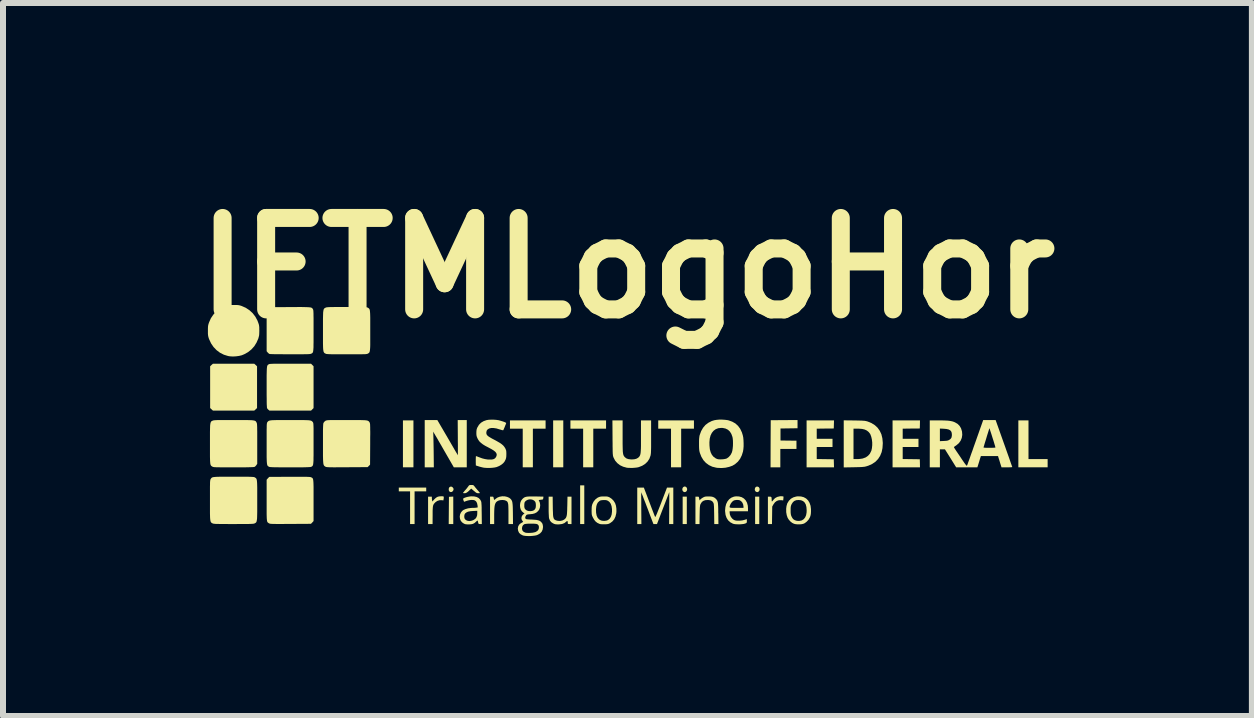
<source format=kicad_pcb>
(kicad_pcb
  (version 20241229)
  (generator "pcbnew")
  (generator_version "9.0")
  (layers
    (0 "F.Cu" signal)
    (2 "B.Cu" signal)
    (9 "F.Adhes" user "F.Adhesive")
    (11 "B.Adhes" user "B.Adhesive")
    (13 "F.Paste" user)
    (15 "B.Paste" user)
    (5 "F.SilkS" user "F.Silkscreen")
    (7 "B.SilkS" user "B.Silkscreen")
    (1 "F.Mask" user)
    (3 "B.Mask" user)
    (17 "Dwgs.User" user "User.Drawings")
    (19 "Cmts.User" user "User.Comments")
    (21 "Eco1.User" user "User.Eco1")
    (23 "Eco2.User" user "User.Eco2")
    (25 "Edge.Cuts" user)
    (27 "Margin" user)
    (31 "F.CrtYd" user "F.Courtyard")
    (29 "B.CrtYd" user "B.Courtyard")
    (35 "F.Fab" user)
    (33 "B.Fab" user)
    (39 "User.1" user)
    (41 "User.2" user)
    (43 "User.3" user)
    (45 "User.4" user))
  (footprint "IFTMLogoHor"
    (layer "F.Cu")
    (at 7.41 3.958)
    (property "Reference" "IFTMLogoHor" (at 0 -2.54 0) (layer "F.SilkS") (effects (font (size 1.524 1.524) (thickness 0.3))))
    (attr board_only exclude_from_pos_files exclude_from_bom)
    (fp_poly (pts (xy -3.568 0.782) (xy -3.743 0.782) (xy -3.743 0) (xy -3.568 0)) (stroke (width 0) (type solid)) (fill yes) (layer "F.SilkS"))
    (fp_poly (pts (xy -1.07 0.782) (xy -1.239 0.782) (xy -1.239 0) (xy -1.07 0)) (stroke (width 0) (type solid)) (fill yes) (layer "F.SilkS"))
    (fp_poly (pts (xy -0.72 1.728) (xy -0.789 1.728) (xy -0.789 1.083) (xy -0.72 1.083)) (stroke (width 0) (type solid)) (fill yes) (layer "F.SilkS"))
    (fp_poly (pts (xy 0.989 1.728) (xy 0.92 1.728) (xy 0.92 1.271) (xy 0.989 1.271)) (stroke (width 0) (type solid)) (fill yes) (layer "F.SilkS"))
    (fp_poly (pts (xy 2.197 1.728) (xy 2.128 1.728) (xy 2.128 1.271) (xy 2.197 1.271)) (stroke (width 0) (type solid)) (fill yes) (layer "F.SilkS"))
    (fp_poly (pts (xy -2.904 1.728) (xy -2.98 1.728) (xy -2.978 1.501) (xy -2.976 1.274) (xy -2.94 1.272) (xy -2.904 1.27)) (stroke (width 0) (type solid)) (fill yes) (layer "F.SilkS"))
    (fp_poly (pts (xy 6.685 0.645) (xy 7.004 0.645) (xy 7.004 0.782) (xy 6.516 0.782) (xy 6.516 0) (xy 6.685 0)) (stroke (width 0) (type solid)) (fill yes) (layer "F.SilkS"))
    (fp_poly (pts (xy -3.355 1.183) (xy -3.549 1.183) (xy -3.549 1.728) (xy -3.624 1.728) (xy -3.624 1.183) (xy -3.812 1.183) (xy -3.812 1.12) (xy -3.355 1.12)) (stroke (width 0) (type solid)) (fill yes) (layer "F.SilkS"))
    (fp_poly (pts (xy -1.365 0.138) (xy -1.577 0.138) (xy -1.577 0.782) (xy -1.746 0.782) (xy -1.746 0.138) (xy -1.959 0.138) (xy -1.959 0) (xy -1.365 0)) (stroke (width 0) (type solid)) (fill yes) (layer "F.SilkS"))
    (fp_poly (pts (xy -0.357 0.138) (xy -0.57 0.138) (xy -0.57 0.782) (xy -0.739 0.782) (xy -0.739 0.138) (xy -0.951 0.138) (xy -0.951 0) (xy -0.357 0)) (stroke (width 0) (type solid)) (fill yes) (layer "F.SilkS"))
    (fp_poly (pts (xy 1.108 0.138) (xy 0.895 0.138) (xy 0.895 0.782) (xy 0.726 0.782) (xy 0.726 0.138) (xy 0.513 0.138) (xy 0.513 0) (xy 1.108 0)) (stroke (width 0) (type solid)) (fill yes) (layer "F.SilkS"))
    (fp_poly (pts (xy -6.198 -0.924) (xy -6.175 -0.902) (xy -6.175 -0.206) (xy -6.198 -0.184) (xy -6.222 -0.163) (xy -6.91 -0.163) (xy -6.957 -0.206) (xy -6.957 -0.902) (xy -6.934 -0.924) (xy -6.91 -0.945) (xy -6.222 -0.945)) (stroke (width 0) (type solid)) (fill yes) (layer "F.SilkS"))
    (fp_poly (pts (xy 2.835 0.131) (xy 2.693 0.133) (xy 2.551 0.135) (xy 2.551 0.335) (xy 2.684 0.337) (xy 2.817 0.338) (xy 2.817 0.476) (xy 2.548 0.476) (xy 2.548 0.782) (xy 2.385 0.782) (xy 2.386 0.39) (xy 2.388 -0.003) (xy 2.835 -0.006)) (stroke (width 0) (type solid)) (fill yes) (layer "F.SilkS"))
    (fp_poly (pts (xy -2.928 1.106) (xy -2.913 1.117) (xy -2.9 1.137) (xy -2.9 1.158) (xy -2.911 1.179) (xy -2.928 1.192) (xy -2.947 1.195) (xy -2.965 1.188) (xy -2.969 1.184) (xy -2.978 1.167) (xy -2.98 1.146) (xy -2.976 1.126) (xy -2.966 1.112) (xy -2.965 1.111) (xy -2.946 1.103)) (stroke (width 0) (type solid)) (fill yes) (layer "F.SilkS"))
    (fp_poly (pts (xy 2.175 1.105) (xy 2.19 1.114) (xy 2.201 1.132) (xy 2.203 1.152) (xy 2.198 1.172) (xy 2.186 1.187) (xy 2.168 1.195) (xy 2.163 1.196) (xy 2.146 1.191) (xy 2.134 1.183) (xy 2.124 1.165) (xy 2.122 1.149) (xy 2.127 1.126) (xy 2.139 1.11) (xy 2.156 1.103)) (stroke (width 0) (type solid)) (fill yes) (layer "F.SilkS"))
    (fp_poly (pts (xy 3.441 0.067) (xy 3.439 0.135) (xy 3.297 0.136) (xy 3.155 0.138) (xy 3.155 0.307) (xy 3.418 0.307) (xy 3.418 0.444) (xy 3.155 0.444) (xy 3.155 0.644) (xy 3.439 0.648) (xy 3.441 0.715) (xy 3.443 0.782) (xy 2.986 0.782) (xy 2.986 0) (xy 3.443 0)) (stroke (width 0) (type solid)) (fill yes) (layer "F.SilkS"))
    (fp_poly (pts (xy 0.974 1.107) (xy 0.988 1.122) (xy 0.995 1.144) (xy 0.995 1.149) (xy 0.99 1.171) (xy 0.977 1.188) (xy 0.959 1.195) (xy 0.955 1.196) (xy 0.938 1.191) (xy 0.926 1.183) (xy 0.916 1.165) (xy 0.914 1.145) (xy 0.92 1.125) (xy 0.932 1.11) (xy 0.95 1.102) (xy 0.955 1.102)) (stroke (width 0) (type solid)) (fill yes) (layer "F.SilkS"))
    (fp_poly (pts (xy 4.875 0.067) (xy 4.873 0.135) (xy 4.73 0.136) (xy 4.588 0.138) (xy 4.588 0.307) (xy 4.851 0.307) (xy 4.851 0.444) (xy 4.588 0.444) (xy 4.588 0.644) (xy 4.73 0.646) (xy 4.873 0.648) (xy 4.875 0.715) (xy 4.876 0.782) (xy 4.419 0.782) (xy 4.419 0) (xy 4.876 0)) (stroke (width 0) (type solid)) (fill yes) (layer "F.SilkS"))
    (fp_poly (pts (xy 2.578 1.265) (xy 2.594 1.267) (xy 2.6 1.269) (xy 2.601 1.278) (xy 2.6 1.294) (xy 2.599 1.304) (xy 2.596 1.334) (xy 2.566 1.33) (xy 2.526 1.33) (xy 2.49 1.342) (xy 2.459 1.365) (xy 2.433 1.4) (xy 2.432 1.403) (xy 2.413 1.436) (xy 2.409 1.728) (xy 2.341 1.728) (xy 2.341 1.271) (xy 2.368 1.271) (xy 2.386 1.272) (xy 2.396 1.277) (xy 2.402 1.288) (xy 2.403 1.309) (xy 2.404 1.321) (xy 2.404 1.339) (xy 2.407 1.35) (xy 2.408 1.352) (xy 2.414 1.347) (xy 2.425 1.335) (xy 2.432 1.325) (xy 2.46 1.296) (xy 2.496 1.276) (xy 2.537 1.266) (xy 2.557 1.264)) (stroke (width 0) (type solid)) (fill yes) (layer "F.SilkS"))
    (fp_poly (pts (xy -3.084 1.265) (xy -3.069 1.267) (xy -3.064 1.271) (xy -3.062 1.28) (xy -3.063 1.297) (xy -3.064 1.306) (xy -3.069 1.334) (xy -3.096 1.33) (xy -3.134 1.331) (xy -3.171 1.343) (xy -3.2 1.363) (xy -3.214 1.377) (xy -3.225 1.39) (xy -3.234 1.404) (xy -3.24 1.42) (xy -3.244 1.442) (xy -3.246 1.469) (xy -3.248 1.505) (xy -3.248 1.551) (xy -3.248 1.582) (xy -3.249 1.728) (xy -3.324 1.728) (xy -3.324 1.271) (xy -3.261 1.271) (xy -3.261 1.292) (xy -3.26 1.313) (xy -3.257 1.332) (xy -3.253 1.352) (xy -3.224 1.32) (xy -3.205 1.301) (xy -3.185 1.285) (xy -3.17 1.276) (xy -3.152 1.27) (xy -3.13 1.266) (xy -3.106 1.265)) (stroke (width 0) (type solid)) (fill yes) (layer "F.SilkS"))
    (fp_poly (pts (xy -2.583 1.077) (xy -2.57 1.08) (xy -2.56 1.088) (xy -2.55 1.1) (xy -2.538 1.116) (xy -2.52 1.137) (xy -2.501 1.16) (xy -2.496 1.165) (xy -2.48 1.184) (xy -2.467 1.199) (xy -2.461 1.209) (xy -2.46 1.21) (xy -2.465 1.213) (xy -2.48 1.214) (xy -2.487 1.214) (xy -2.501 1.213) (xy -2.513 1.21) (xy -2.527 1.202) (xy -2.545 1.187) (xy -2.559 1.176) (xy -2.605 1.137) (xy -2.631 1.162) (xy -2.656 1.186) (xy -2.676 1.201) (xy -2.693 1.21) (xy -2.708 1.214) (xy -2.717 1.214) (xy -2.733 1.213) (xy -2.741 1.21) (xy -2.742 1.209) (xy -2.738 1.203) (xy -2.727 1.19) (xy -2.712 1.171) (xy -2.7 1.158) (xy -2.681 1.136) (xy -2.665 1.115) (xy -2.653 1.099) (xy -2.649 1.094) (xy -2.642 1.084) (xy -2.633 1.079) (xy -2.618 1.077) (xy -2.603 1.077)) (stroke (width 0) (type solid)) (fill yes) (layer "F.SilkS"))
    (fp_poly (pts (xy -5.254 -0.924) (xy -5.233 -0.903) (xy -5.233 -0.205) (xy -5.275 -0.163) (xy -5.968 -0.163) (xy -5.985 -0.177) (xy -5.999 -0.191) (xy -6.008 -0.204) (xy -6.008 -0.205) (xy -6.01 -0.213) (xy -6.011 -0.233) (xy -6.013 -0.263) (xy -6.014 -0.305) (xy -6.014 -0.358) (xy -6.015 -0.423) (xy -6.015 -0.5) (xy -6.015 -0.554) (xy -6.015 -0.63) (xy -6.015 -0.694) (xy -6.015 -0.748) (xy -6.014 -0.793) (xy -6.013 -0.829) (xy -6.012 -0.857) (xy -6.01 -0.879) (xy -6.008 -0.896) (xy -6.005 -0.908) (xy -6.001 -0.917) (xy -5.996 -0.924) (xy -5.99 -0.929) (xy -5.983 -0.933) (xy -5.981 -0.935) (xy -5.977 -0.937) (xy -5.97 -0.939) (xy -5.961 -0.941) (xy -5.947 -0.942) (xy -5.929 -0.943) (xy -5.904 -0.944) (xy -5.873 -0.944) (xy -5.833 -0.945) (xy -5.784 -0.945) (xy -5.725 -0.945) (xy -5.655 -0.945) (xy -5.62 -0.945) (xy -5.275 -0.945)) (stroke (width 0) (type solid)) (fill yes) (layer "F.SilkS"))
    (fp_poly (pts (xy -2.998 0.288) (xy -2.966 0.343) (xy -2.936 0.395) (xy -2.908 0.443) (xy -2.884 0.485) (xy -2.863 0.521) (xy -2.846 0.549) (xy -2.834 0.569) (xy -2.828 0.58) (xy -2.827 0.582) (xy -2.827 0.576) (xy -2.827 0.559) (xy -2.827 0.531) (xy -2.827 0.495) (xy -2.827 0.451) (xy -2.827 0.401) (xy -2.828 0.345) (xy -2.828 0.288) (xy -2.83 -0.006) (xy -2.679 -0.006) (xy -2.679 0.782) (xy -2.895 0.782) (xy -3.061 0.494) (xy -3.093 0.438) (xy -3.123 0.386) (xy -3.151 0.338) (xy -3.175 0.295) (xy -3.197 0.259) (xy -3.214 0.229) (xy -3.227 0.208) (xy -3.234 0.197) (xy -3.235 0.195) (xy -3.241 0.188) (xy -3.24 0.193) (xy -3.239 0.197) (xy -3.238 0.206) (xy -3.237 0.226) (xy -3.236 0.256) (xy -3.235 0.294) (xy -3.234 0.34) (xy -3.233 0.391) (xy -3.232 0.447) (xy -3.231 0.496) (xy -3.228 0.782) (xy -3.38 0.782) (xy -3.38 -0.006) (xy -3.17 -0.006)) (stroke (width 0) (type solid)) (fill yes) (layer "F.SilkS"))
    (fp_poly (pts (xy -2.046 1.266) (xy -2.006 1.275) (xy -1.972 1.29) (xy -1.948 1.309) (xy -1.939 1.32) (xy -1.931 1.332) (xy -1.925 1.345) (xy -1.92 1.361) (xy -1.917 1.382) (xy -1.914 1.409) (xy -1.912 1.444) (xy -1.911 1.488) (xy -1.91 1.543) (xy -1.91 1.551) (xy -1.908 1.728) (xy -1.984 1.728) (xy -1.984 1.561) (xy -1.984 1.506) (xy -1.985 1.462) (xy -1.986 1.427) (xy -1.988 1.4) (xy -1.992 1.381) (xy -1.997 1.366) (xy -2.003 1.355) (xy -2.012 1.347) (xy -2.023 1.34) (xy -2.023 1.34) (xy -2.047 1.331) (xy -2.078 1.327) (xy -2.111 1.328) (xy -2.141 1.334) (xy -2.156 1.34) (xy -2.174 1.35) (xy -2.189 1.363) (xy -2.2 1.38) (xy -2.209 1.402) (xy -2.215 1.43) (xy -2.219 1.467) (xy -2.221 1.512) (xy -2.222 1.568) (xy -2.222 1.591) (xy -2.222 1.728) (xy -2.291 1.728) (xy -2.291 1.271) (xy -2.263 1.271) (xy -2.246 1.271) (xy -2.237 1.275) (xy -2.233 1.285) (xy -2.231 1.291) (xy -2.227 1.313) (xy -2.222 1.323) (xy -2.216 1.324) (xy -2.205 1.315) (xy -2.197 1.307) (xy -2.166 1.286) (xy -2.129 1.272) (xy -2.088 1.265)) (stroke (width 0) (type solid)) (fill yes) (layer "F.SilkS"))
    (fp_poly (pts (xy -1.245 1.438) (xy -1.244 1.494) (xy -1.242 1.54) (xy -1.241 1.575) (xy -1.238 1.603) (xy -1.233 1.623) (xy -1.228 1.638) (xy -1.22 1.649) (xy -1.21 1.657) (xy -1.197 1.664) (xy -1.193 1.666) (xy -1.159 1.675) (xy -1.122 1.676) (xy -1.087 1.669) (xy -1.056 1.654) (xy -1.043 1.643) (xy -1.032 1.632) (xy -1.024 1.62) (xy -1.018 1.605) (xy -1.013 1.587) (xy -1.009 1.563) (xy -1.007 1.532) (xy -1.005 1.493) (xy -1.004 1.443) (xy -1.003 1.422) (xy -1 1.271) (xy -0.933 1.271) (xy -0.933 1.728) (xy -0.964 1.728) (xy -0.982 1.727) (xy -0.992 1.725) (xy -0.995 1.718) (xy -0.995 1.707) (xy -0.997 1.686) (xy -1.003 1.677) (xy -1.012 1.68) (xy -1.021 1.688) (xy -1.051 1.712) (xy -1.09 1.727) (xy -1.137 1.733) (xy -1.152 1.734) (xy -1.181 1.733) (xy -1.202 1.731) (xy -1.22 1.726) (xy -1.239 1.717) (xy -1.24 1.717) (xy -1.271 1.696) (xy -1.292 1.67) (xy -1.306 1.636) (xy -1.308 1.627) (xy -1.31 1.611) (xy -1.311 1.585) (xy -1.313 1.551) (xy -1.314 1.509) (xy -1.314 1.463) (xy -1.314 1.433) (xy -1.314 1.271) (xy -1.247 1.271)) (stroke (width 0) (type solid)) (fill yes) (layer "F.SilkS"))
    (fp_poly (pts (xy -5.4 0.94) (xy -5.366 0.94) (xy -5.338 0.941) (xy -5.317 0.942) (xy -5.301 0.943) (xy -5.289 0.944) (xy -5.281 0.946) (xy -5.275 0.948) (xy -5.273 0.949) (xy -5.264 0.953) (xy -5.257 0.957) (xy -5.251 0.962) (xy -5.246 0.969) (xy -5.242 0.979) (xy -5.239 0.993) (xy -5.237 1.012) (xy -5.235 1.037) (xy -5.234 1.069) (xy -5.233 1.109) (xy -5.233 1.157) (xy -5.233 1.216) (xy -5.233 1.285) (xy -5.233 1.336) (xy -5.233 1.678) (xy -5.254 1.701) (xy -5.276 1.724) (xy -5.616 1.726) (xy -5.69 1.726) (xy -5.752 1.727) (xy -5.804 1.727) (xy -5.847 1.727) (xy -5.881 1.726) (xy -5.908 1.726) (xy -5.929 1.725) (xy -5.944 1.724) (xy -5.955 1.723) (xy -5.964 1.721) (xy -5.969 1.719) (xy -5.974 1.716) (xy -5.975 1.716) (xy -5.984 1.711) (xy -5.991 1.706) (xy -5.997 1.701) (xy -6.002 1.694) (xy -6.006 1.685) (xy -6.009 1.672) (xy -6.011 1.654) (xy -6.013 1.631) (xy -6.014 1.601) (xy -6.015 1.564) (xy -6.015 1.518) (xy -6.015 1.462) (xy -6.015 1.395) (xy -6.015 1.332) (xy -6.015 0.989) (xy -5.994 0.965) (xy -5.972 0.942) (xy -5.634 0.94) (xy -5.559 0.94) (xy -5.496 0.94) (xy -5.443 0.94)) (stroke (width 0) (type solid)) (fill yes) (layer "F.SilkS"))
    (fp_poly (pts (xy 1.393 1.269) (xy 1.425 1.276) (xy 1.45 1.288) (xy 1.472 1.306) (xy 1.475 1.309) (xy 1.485 1.321) (xy 1.493 1.332) (xy 1.499 1.345) (xy 1.504 1.361) (xy 1.508 1.382) (xy 1.51 1.409) (xy 1.512 1.443) (xy 1.513 1.487) (xy 1.513 1.542) (xy 1.514 1.551) (xy 1.516 1.728) (xy 1.447 1.728) (xy 1.445 1.56) (xy 1.444 1.509) (xy 1.443 1.468) (xy 1.442 1.437) (xy 1.44 1.414) (xy 1.439 1.397) (xy 1.436 1.385) (xy 1.433 1.376) (xy 1.431 1.372) (xy 1.414 1.349) (xy 1.391 1.335) (xy 1.359 1.328) (xy 1.338 1.327) (xy 1.297 1.33) (xy 1.266 1.341) (xy 1.241 1.359) (xy 1.222 1.388) (xy 1.216 1.399) (xy 1.213 1.409) (xy 1.21 1.421) (xy 1.208 1.438) (xy 1.206 1.46) (xy 1.205 1.49) (xy 1.204 1.53) (xy 1.203 1.576) (xy 1.201 1.728) (xy 1.133 1.728) (xy 1.133 1.271) (xy 1.161 1.271) (xy 1.179 1.271) (xy 1.188 1.275) (xy 1.192 1.284) (xy 1.192 1.286) (xy 1.196 1.305) (xy 1.199 1.318) (xy 1.202 1.334) (xy 1.214 1.319) (xy 1.226 1.308) (xy 1.244 1.295) (xy 1.259 1.286) (xy 1.276 1.277) (xy 1.291 1.272) (xy 1.308 1.269) (xy 1.331 1.268) (xy 1.352 1.268)) (stroke (width 0) (type solid)) (fill yes) (layer "F.SilkS"))
    (fp_poly (pts (xy 3.782 0.001) (xy 3.835 0.002) (xy 3.876 0.003) (xy 3.909 0.004) (xy 3.935 0.006) (xy 3.954 0.007) (xy 3.97 0.01) (xy 3.984 0.013) (xy 3.998 0.017) (xy 4.003 0.018) (xy 4.068 0.045) (xy 4.124 0.08) (xy 4.17 0.123) (xy 4.206 0.174) (xy 4.233 0.232) (xy 4.249 0.298) (xy 4.256 0.372) (xy 4.256 0.384) (xy 4.251 0.461) (xy 4.237 0.529) (xy 4.212 0.59) (xy 4.178 0.643) (xy 4.135 0.688) (xy 4.081 0.725) (xy 4.018 0.754) (xy 3.987 0.764) (xy 3.972 0.768) (xy 3.956 0.772) (xy 3.939 0.774) (xy 3.918 0.776) (xy 3.892 0.778) (xy 3.858 0.779) (xy 3.815 0.78) (xy 3.773 0.781) (xy 3.605 0.784) (xy 3.605 0.645) (xy 3.768 0.645) (xy 3.826 0.645) (xy 3.858 0.644) (xy 3.891 0.64) (xy 3.917 0.636) (xy 3.922 0.635) (xy 3.971 0.617) (xy 4.01 0.59) (xy 4.041 0.555) (xy 4.063 0.51) (xy 4.066 0.504) (xy 4.075 0.463) (xy 4.08 0.415) (xy 4.08 0.366) (xy 4.074 0.317) (xy 4.064 0.273) (xy 4.05 0.235) (xy 4.044 0.223) (xy 4.019 0.192) (xy 3.99 0.169) (xy 3.954 0.152) (xy 3.91 0.142) (xy 3.857 0.138) (xy 3.839 0.138) (xy 3.768 0.138) (xy 3.768 0.645) (xy 3.605 0.645) (xy 3.605 -0.001)) (stroke (width 0) (type solid)) (fill yes) (layer "F.SilkS"))
    (fp_poly (pts (xy -6.53 -1.924) (xy -6.503 -1.923) (xy -6.482 -1.921) (xy -6.463 -1.917) (xy -6.443 -1.911) (xy -6.431 -1.907) (xy -6.363 -1.877) (xy -6.301 -1.836) (xy -6.248 -1.787) (xy -6.204 -1.73) (xy -6.169 -1.665) (xy -6.157 -1.634) (xy -6.149 -1.611) (xy -6.143 -1.591) (xy -6.14 -1.571) (xy -6.138 -1.548) (xy -6.138 -1.518) (xy -6.137 -1.499) (xy -6.138 -1.464) (xy -6.139 -1.437) (xy -6.141 -1.415) (xy -6.146 -1.395) (xy -6.152 -1.372) (xy -6.155 -1.362) (xy -6.184 -1.296) (xy -6.222 -1.235) (xy -6.27 -1.182) (xy -6.325 -1.138) (xy -6.388 -1.103) (xy -6.429 -1.086) (xy -6.474 -1.075) (xy -6.525 -1.068) (xy -6.577 -1.065) (xy -6.626 -1.068) (xy -6.657 -1.073) (xy -6.728 -1.095) (xy -6.793 -1.128) (xy -6.85 -1.171) (xy -6.9 -1.223) (xy -6.941 -1.283) (xy -6.973 -1.351) (xy -6.977 -1.361) (xy -6.984 -1.383) (xy -6.989 -1.403) (xy -6.992 -1.422) (xy -6.994 -1.446) (xy -6.994 -1.477) (xy -6.994 -1.496) (xy -6.994 -1.531) (xy -6.993 -1.558) (xy -6.991 -1.578) (xy -6.987 -1.597) (xy -6.981 -1.617) (xy -6.975 -1.634) (xy -6.945 -1.702) (xy -6.904 -1.763) (xy -6.854 -1.816) (xy -6.796 -1.861) (xy -6.731 -1.895) (xy -6.7 -1.907) (xy -6.678 -1.914) (xy -6.659 -1.919) (xy -6.64 -1.922) (xy -6.616 -1.924) (xy -6.586 -1.924) (xy -6.566 -1.924)) (stroke (width 0) (type solid)) (fill yes) (layer "F.SilkS"))
    (fp_poly (pts (xy -5.391 -1.889) (xy -5.354 -1.888) (xy -5.324 -1.887) (xy -5.301 -1.885) (xy -5.284 -1.883) (xy -5.271 -1.88) (xy -5.262 -1.875) (xy -5.255 -1.87) (xy -5.25 -1.864) (xy -5.246 -1.857) (xy -5.243 -1.853) (xy -5.241 -1.848) (xy -5.239 -1.842) (xy -5.237 -1.833) (xy -5.236 -1.819) (xy -5.235 -1.801) (xy -5.234 -1.778) (xy -5.234 -1.747) (xy -5.233 -1.708) (xy -5.233 -1.661) (xy -5.233 -1.603) (xy -5.233 -1.535) (xy -5.233 -1.496) (xy -5.233 -1.42) (xy -5.233 -1.354) (xy -5.233 -1.3) (xy -5.234 -1.255) (xy -5.234 -1.218) (xy -5.236 -1.189) (xy -5.238 -1.167) (xy -5.24 -1.15) (xy -5.244 -1.137) (xy -5.248 -1.129) (xy -5.254 -1.123) (xy -5.26 -1.118) (xy -5.268 -1.114) (xy -5.273 -1.112) (xy -5.278 -1.11) (xy -5.286 -1.108) (xy -5.297 -1.106) (xy -5.312 -1.105) (xy -5.333 -1.104) (xy -5.359 -1.103) (xy -5.393 -1.103) (xy -5.435 -1.102) (xy -5.487 -1.102) (xy -5.548 -1.102) (xy -5.622 -1.102) (xy -5.625 -1.102) (xy -5.688 -1.102) (xy -5.748 -1.103) (xy -5.804 -1.103) (xy -5.853 -1.104) (xy -5.895 -1.104) (xy -5.929 -1.105) (xy -5.953 -1.106) (xy -5.967 -1.107) (xy -5.969 -1.108) (xy -5.981 -1.116) (xy -5.995 -1.129) (xy -5.998 -1.133) (xy -6.015 -1.153) (xy -6.015 -1.84) (xy -5.994 -1.864) (xy -5.972 -1.887) (xy -5.634 -1.889) (xy -5.557 -1.889) (xy -5.491 -1.89) (xy -5.436 -1.89)) (stroke (width 0) (type solid)) (fill yes) (layer "F.SilkS"))
    (fp_poly (pts (xy 0.363 1.357) (xy 0.383 1.409) (xy 0.401 1.457) (xy 0.418 1.501) (xy 0.433 1.54) (xy 0.445 1.571) (xy 0.454 1.593) (xy 0.459 1.605) (xy 0.46 1.607) (xy 0.462 1.609) (xy 0.465 1.608) (xy 0.469 1.602) (xy 0.475 1.59) (xy 0.483 1.572) (xy 0.494 1.547) (xy 0.507 1.513) (xy 0.524 1.471) (xy 0.545 1.418) (xy 0.563 1.371) (xy 0.659 1.12) (xy 0.764 1.12) (xy 0.764 1.728) (xy 0.694 1.728) (xy 0.696 1.462) (xy 0.696 1.405) (xy 0.697 1.353) (xy 0.697 1.306) (xy 0.697 1.266) (xy 0.697 1.233) (xy 0.697 1.21) (xy 0.697 1.198) (xy 0.697 1.196) (xy 0.695 1.201) (xy 0.688 1.217) (xy 0.679 1.243) (xy 0.665 1.277) (xy 0.65 1.317) (xy 0.632 1.364) (xy 0.612 1.416) (xy 0.594 1.462) (xy 0.492 1.728) (xy 0.433 1.728) (xy 0.42 1.695) (xy 0.407 1.661) (xy 0.392 1.621) (xy 0.375 1.577) (xy 0.357 1.529) (xy 0.339 1.48) (xy 0.32 1.431) (xy 0.302 1.383) (xy 0.284 1.338) (xy 0.268 1.297) (xy 0.255 1.261) (xy 0.243 1.232) (xy 0.235 1.211) (xy 0.231 1.2) (xy 0.23 1.198) (xy 0.23 1.204) (xy 0.23 1.221) (xy 0.229 1.248) (xy 0.229 1.283) (xy 0.23 1.326) (xy 0.23 1.375) (xy 0.23 1.429) (xy 0.23 1.462) (xy 0.232 1.728) (xy 0.163 1.728) (xy 0.163 1.12) (xy 0.273 1.12)) (stroke (width 0) (type solid)) (fill yes) (layer "F.SilkS"))
    (fp_poly (pts (xy 2.892 1.268) (xy 2.938 1.28) (xy 2.978 1.302) (xy 3.011 1.334) (xy 3.035 1.374) (xy 3.052 1.423) (xy 3.059 1.479) (xy 3.059 1.521) (xy 3.057 1.555) (xy 3.053 1.58) (xy 3.046 1.603) (xy 3.039 1.62) (xy 3.017 1.657) (xy 2.987 1.689) (xy 2.954 1.714) (xy 2.931 1.724) (xy 2.904 1.73) (xy 2.869 1.733) (xy 2.832 1.733) (xy 2.798 1.729) (xy 2.775 1.723) (xy 2.745 1.708) (xy 2.716 1.685) (xy 2.69 1.656) (xy 2.671 1.626) (xy 2.67 1.624) (xy 2.655 1.581) (xy 2.646 1.53) (xy 2.646 1.489) (xy 2.72 1.489) (xy 2.72 1.499) (xy 2.72 1.532) (xy 2.722 1.556) (xy 2.725 1.574) (xy 2.73 1.591) (xy 2.734 1.6) (xy 2.745 1.621) (xy 2.757 1.639) (xy 2.763 1.646) (xy 2.79 1.664) (xy 2.824 1.674) (xy 2.86 1.676) (xy 2.895 1.67) (xy 2.908 1.666) (xy 2.939 1.646) (xy 2.962 1.617) (xy 2.978 1.58) (xy 2.986 1.533) (xy 2.987 1.497) (xy 2.983 1.444) (xy 2.972 1.401) (xy 2.953 1.368) (xy 2.927 1.345) (xy 2.893 1.331) (xy 2.854 1.327) (xy 2.814 1.33) (xy 2.783 1.342) (xy 2.759 1.362) (xy 2.739 1.392) (xy 2.738 1.393) (xy 2.73 1.41) (xy 2.725 1.425) (xy 2.722 1.44) (xy 2.72 1.461) (xy 2.72 1.489) (xy 2.646 1.489) (xy 2.645 1.478) (xy 2.651 1.428) (xy 2.664 1.383) (xy 2.666 1.38) (xy 2.691 1.339) (xy 2.724 1.306) (xy 2.765 1.283) (xy 2.813 1.269) (xy 2.839 1.266)) (stroke (width 0) (type solid)) (fill yes) (layer "F.SilkS"))
    (fp_poly (pts (xy -0.081 0.265) (xy -0.081 0.336) (xy -0.081 0.395) (xy -0.08 0.444) (xy -0.079 0.484) (xy -0.078 0.516) (xy -0.075 0.542) (xy -0.072 0.562) (xy -0.067 0.577) (xy -0.062 0.59) (xy -0.055 0.6) (xy -0.047 0.61) (xy -0.042 0.615) (xy -0.017 0.634) (xy 0.014 0.645) (xy 0.052 0.65) (xy 0.072 0.651) (xy 0.115 0.648) (xy 0.149 0.639) (xy 0.176 0.624) (xy 0.186 0.615) (xy 0.195 0.606) (xy 0.202 0.596) (xy 0.208 0.585) (xy 0.213 0.571) (xy 0.217 0.554) (xy 0.22 0.531) (xy 0.222 0.503) (xy 0.224 0.468) (xy 0.225 0.424) (xy 0.225 0.37) (xy 0.225 0.306) (xy 0.225 0.265) (xy 0.225 0) (xy 0.394 0) (xy 0.394 0.274) (xy 0.394 0.343) (xy 0.394 0.4) (xy 0.394 0.447) (xy 0.393 0.486) (xy 0.392 0.516) (xy 0.391 0.54) (xy 0.389 0.559) (xy 0.387 0.573) (xy 0.385 0.584) (xy 0.385 0.585) (xy 0.365 0.64) (xy 0.335 0.686) (xy 0.295 0.725) (xy 0.246 0.756) (xy 0.188 0.779) (xy 0.161 0.785) (xy 0.126 0.789) (xy 0.087 0.792) (xy 0.048 0.792) (xy 0.013 0.791) (xy -0.01 0.789) (xy -0.072 0.772) (xy -0.125 0.747) (xy -0.17 0.712) (xy -0.206 0.67) (xy -0.232 0.62) (xy -0.233 0.616) (xy -0.237 0.607) (xy -0.239 0.598) (xy -0.242 0.588) (xy -0.243 0.575) (xy -0.245 0.559) (xy -0.246 0.538) (xy -0.247 0.511) (xy -0.247 0.477) (xy -0.248 0.434) (xy -0.248 0.382) (xy -0.249 0.319) (xy -0.249 0.289) (xy -0.251 0) (xy -0.081 0)) (stroke (width 0) (type solid)) (fill yes) (layer "F.SilkS"))
    (fp_poly (pts (xy 1.859 1.268) (xy 1.904 1.28) (xy 1.941 1.302) (xy 1.971 1.333) (xy 1.993 1.373) (xy 2.006 1.421) (xy 2.009 1.465) (xy 2.009 1.515) (xy 1.703 1.515) (xy 1.703 1.536) (xy 1.708 1.572) (xy 1.723 1.607) (xy 1.746 1.637) (xy 1.774 1.659) (xy 1.784 1.663) (xy 1.808 1.67) (xy 1.84 1.672) (xy 1.877 1.671) (xy 1.914 1.667) (xy 1.947 1.659) (xy 1.947 1.659) (xy 1.967 1.653) (xy 1.982 1.648) (xy 1.989 1.646) (xy 1.989 1.646) (xy 1.99 1.652) (xy 1.99 1.666) (xy 1.99 1.677) (xy 1.99 1.695) (xy 1.986 1.706) (xy 1.977 1.713) (xy 1.964 1.719) (xy 1.939 1.726) (xy 1.906 1.73) (xy 1.868 1.733) (xy 1.829 1.732) (xy 1.793 1.73) (xy 1.764 1.724) (xy 1.756 1.721) (xy 1.713 1.698) (xy 1.678 1.666) (xy 1.652 1.625) (xy 1.635 1.576) (xy 1.628 1.52) (xy 1.627 1.504) (xy 1.632 1.446) (xy 1.634 1.438) (xy 1.702 1.438) (xy 1.703 1.447) (xy 1.709 1.453) (xy 1.721 1.456) (xy 1.742 1.458) (xy 1.772 1.458) (xy 1.814 1.458) (xy 1.818 1.458) (xy 1.934 1.458) (xy 1.934 1.438) (xy 1.929 1.403) (xy 1.916 1.372) (xy 1.895 1.347) (xy 1.872 1.332) (xy 1.85 1.327) (xy 1.823 1.326) (xy 1.796 1.329) (xy 1.775 1.334) (xy 1.773 1.335) (xy 1.744 1.357) (xy 1.722 1.387) (xy 1.712 1.408) (xy 1.706 1.425) (xy 1.702 1.438) (xy 1.634 1.438) (xy 1.645 1.394) (xy 1.667 1.35) (xy 1.696 1.314) (xy 1.732 1.288) (xy 1.775 1.271) (xy 1.809 1.266)) (stroke (width 0) (type solid)) (fill yes) (layer "F.SilkS"))
    (fp_poly (pts (xy -0.361 1.268) (xy -0.34 1.269) (xy -0.323 1.273) (xy -0.308 1.279) (xy -0.297 1.284) (xy -0.262 1.308) (xy -0.231 1.34) (xy -0.209 1.375) (xy -0.206 1.38) (xy -0.192 1.422) (xy -0.185 1.469) (xy -0.184 1.518) (xy -0.187 1.549) (xy -0.2 1.603) (xy -0.221 1.648) (xy -0.251 1.684) (xy -0.289 1.712) (xy -0.289 1.712) (xy -0.307 1.721) (xy -0.323 1.727) (xy -0.343 1.73) (xy -0.369 1.732) (xy -0.382 1.732) (xy -0.422 1.732) (xy -0.452 1.729) (xy -0.464 1.726) (xy -0.501 1.709) (xy -0.53 1.687) (xy -0.554 1.658) (xy -0.576 1.62) (xy -0.58 1.611) (xy -0.588 1.594) (xy -0.593 1.578) (xy -0.596 1.561) (xy -0.597 1.538) (xy -0.598 1.507) (xy -0.598 1.502) (xy -0.597 1.484) (xy -0.525 1.484) (xy -0.523 1.541) (xy -0.514 1.587) (xy -0.497 1.624) (xy -0.472 1.651) (xy -0.441 1.668) (xy -0.413 1.674) (xy -0.38 1.675) (xy -0.348 1.67) (xy -0.326 1.662) (xy -0.299 1.641) (xy -0.278 1.61) (xy -0.264 1.57) (xy -0.258 1.522) (xy -0.258 1.479) (xy -0.265 1.43) (xy -0.279 1.39) (xy -0.301 1.359) (xy -0.325 1.341) (xy -0.343 1.333) (xy -0.359 1.329) (xy -0.38 1.328) (xy -0.401 1.328) (xy -0.427 1.33) (xy -0.445 1.333) (xy -0.46 1.339) (xy -0.472 1.348) (xy -0.494 1.369) (xy -0.509 1.396) (xy -0.519 1.43) (xy -0.524 1.474) (xy -0.525 1.484) (xy -0.597 1.484) (xy -0.597 1.464) (xy -0.595 1.434) (xy -0.59 1.411) (xy -0.586 1.397) (xy -0.565 1.354) (xy -0.536 1.318) (xy -0.5 1.29) (xy -0.49 1.285) (xy -0.472 1.277) (xy -0.455 1.272) (xy -0.437 1.269) (xy -0.413 1.268) (xy -0.391 1.268)) (stroke (width 0) (type solid)) (fill yes) (layer "F.SilkS"))
    (fp_poly (pts (xy -4.607 -0.006) (xy -4.543 -0.006) (xy -4.489 -0.006) (xy -4.444 -0.005) (xy -4.408 -0.004) (xy -4.379 -0.003) (xy -4.357 -0.001) (xy -4.34 0.002) (xy -4.328 0.006) (xy -4.319 0.011) (xy -4.312 0.016) (xy -4.306 0.023) (xy -4.301 0.031) (xy -4.3 0.032) (xy -4.297 0.037) (xy -4.295 0.043) (xy -4.293 0.05) (xy -4.292 0.059) (xy -4.29 0.073) (xy -4.29 0.091) (xy -4.289 0.114) (xy -4.289 0.145) (xy -4.288 0.183) (xy -4.288 0.231) (xy -4.289 0.288) (xy -4.289 0.356) (xy -4.289 0.396) (xy -4.291 0.738) (xy -4.311 0.759) (xy -4.332 0.779) (xy -4.674 0.781) (xy -4.748 0.781) (xy -4.811 0.781) (xy -4.863 0.782) (xy -4.906 0.782) (xy -4.941 0.781) (xy -4.968 0.781) (xy -4.989 0.78) (xy -5.004 0.779) (xy -5.016 0.778) (xy -5.024 0.776) (xy -5.03 0.774) (xy -5.035 0.771) (xy -5.038 0.77) (xy -5.046 0.765) (xy -5.053 0.759) (xy -5.058 0.753) (xy -5.063 0.744) (xy -5.067 0.733) (xy -5.07 0.717) (xy -5.072 0.696) (xy -5.074 0.668) (xy -5.075 0.634) (xy -5.076 0.591) (xy -5.076 0.539) (xy -5.076 0.476) (xy -5.076 0.402) (xy -5.076 0.387) (xy -5.076 0.314) (xy -5.076 0.253) (xy -5.076 0.202) (xy -5.076 0.16) (xy -5.075 0.127) (xy -5.074 0.101) (xy -5.073 0.081) (xy -5.072 0.066) (xy -5.071 0.055) (xy -5.069 0.047) (xy -5.066 0.041) (xy -5.065 0.038) (xy -5.051 0.02) (xy -5.033 0.006) (xy -5.032 0.005) (xy -5.027 0.003) (xy -5.02 0.001) (xy -5.011 -0.001) (xy -4.999 -0.003) (xy -4.982 -0.004) (xy -4.96 -0.005) (xy -4.931 -0.005) (xy -4.895 -0.006) (xy -4.85 -0.006) (xy -4.795 -0.006) (xy -4.729 -0.006) (xy -4.683 -0.006)) (stroke (width 0) (type solid)) (fill yes) (layer "F.SilkS"))
    (fp_poly (pts (xy 1.623 -0.01) (xy 1.665 -0.005) (xy 1.686 -0.000398) (xy 1.746 0.021) (xy 1.799 0.051) (xy 1.843 0.091) (xy 1.879 0.14) (xy 1.907 0.199) (xy 1.922 0.247) (xy 1.93 0.285) (xy 1.934 0.331) (xy 1.936 0.382) (xy 1.936 0.433) (xy 1.932 0.48) (xy 1.926 0.518) (xy 1.906 0.582) (xy 1.878 0.639) (xy 1.841 0.688) (xy 1.796 0.727) (xy 1.751 0.755) (xy 1.695 0.775) (xy 1.632 0.789) (xy 1.566 0.794) (xy 1.5 0.791) (xy 1.479 0.788) (xy 1.414 0.772) (xy 1.357 0.745) (xy 1.308 0.709) (xy 1.266 0.663) (xy 1.232 0.607) (xy 1.207 0.543) (xy 1.204 0.532) (xy 1.199 0.512) (xy 1.196 0.489) (xy 1.194 0.461) (xy 1.193 0.424) (xy 1.193 0.388) (xy 1.193 0.367) (xy 1.366 0.367) (xy 1.367 0.419) (xy 1.373 0.481) (xy 1.387 0.532) (xy 1.407 0.573) (xy 1.434 0.606) (xy 1.468 0.631) (xy 1.493 0.643) (xy 1.514 0.648) (xy 1.543 0.65) (xy 1.576 0.649) (xy 1.609 0.646) (xy 1.638 0.64) (xy 1.656 0.634) (xy 1.689 0.61) (xy 1.718 0.577) (xy 1.739 0.537) (xy 1.74 0.534) (xy 1.748 0.506) (xy 1.754 0.468) (xy 1.758 0.425) (xy 1.759 0.38) (xy 1.758 0.336) (xy 1.754 0.297) (xy 1.75 0.276) (xy 1.732 0.226) (xy 1.707 0.186) (xy 1.675 0.156) (xy 1.635 0.136) (xy 1.588 0.126) (xy 1.565 0.125) (xy 1.515 0.13) (xy 1.472 0.146) (xy 1.436 0.172) (xy 1.407 0.207) (xy 1.385 0.251) (xy 1.371 0.305) (xy 1.366 0.367) (xy 1.193 0.367) (xy 1.193 0.344) (xy 1.194 0.309) (xy 1.197 0.282) (xy 1.2 0.26) (xy 1.204 0.244) (xy 1.228 0.179) (xy 1.26 0.123) (xy 1.3 0.076) (xy 1.349 0.039) (xy 1.406 0.01) (xy 1.449 -0.003) (xy 1.485 -0.009) (xy 1.528 -0.013) (xy 1.576 -0.013)) (stroke (width 0) (type solid)) (fill yes) (layer "F.SilkS"))
    (fp_poly (pts (xy -2.559 1.267) (xy -2.516 1.276) (xy -2.481 1.294) (xy -2.456 1.32) (xy -2.444 1.341) (xy -2.44 1.35) (xy -2.437 1.361) (xy -2.435 1.376) (xy -2.434 1.395) (xy -2.432 1.421) (xy -2.431 1.455) (xy -2.431 1.498) (xy -2.43 1.548) (xy -2.428 1.728) (xy -2.456 1.728) (xy -2.473 1.727) (xy -2.482 1.723) (xy -2.486 1.714) (xy -2.488 1.707) (xy -2.493 1.684) (xy -2.497 1.672) (xy -2.503 1.67) (xy -2.513 1.678) (xy -2.525 1.689) (xy -2.549 1.71) (xy -2.574 1.724) (xy -2.604 1.731) (xy -2.64 1.734) (xy -2.649 1.734) (xy -2.68 1.733) (xy -2.703 1.73) (xy -2.722 1.723) (xy -2.728 1.72) (xy -2.758 1.699) (xy -2.78 1.671) (xy -2.792 1.639) (xy -2.796 1.604) (xy -2.795 1.597) (xy -2.721 1.597) (xy -2.719 1.623) (xy -2.714 1.639) (xy -2.697 1.659) (xy -2.672 1.672) (xy -2.641 1.678) (xy -2.608 1.675) (xy -2.574 1.664) (xy -2.566 1.66) (xy -2.536 1.64) (xy -2.517 1.614) (xy -2.506 1.581) (xy -2.504 1.547) (xy -2.504 1.507) (xy -2.571 1.51) (xy -2.62 1.514) (xy -2.658 1.522) (xy -2.686 1.535) (xy -2.706 1.551) (xy -2.717 1.571) (xy -2.721 1.597) (xy -2.795 1.597) (xy -2.791 1.569) (xy -2.777 1.537) (xy -2.755 1.509) (xy -2.734 1.493) (xy -2.699 1.478) (xy -2.657 1.466) (xy -2.611 1.46) (xy -2.581 1.458) (xy -2.555 1.458) (xy -2.532 1.456) (xy -2.516 1.454) (xy -2.496 1.45) (xy -2.5 1.415) (xy -2.508 1.378) (xy -2.523 1.351) (xy -2.544 1.334) (xy -2.569 1.327) (xy -2.601 1.326) (xy -2.637 1.33) (xy -2.673 1.339) (xy -2.682 1.342) (xy -2.724 1.357) (xy -2.733 1.335) (xy -2.738 1.319) (xy -2.74 1.307) (xy -2.739 1.305) (xy -2.731 1.298) (xy -2.713 1.289) (xy -2.689 1.281) (xy -2.66 1.274) (xy -2.631 1.269) (xy -2.61 1.266)) (stroke (width 0) (type solid)) (fill yes) (layer "F.SilkS"))
    (fp_poly (pts (xy -6.49 -0.006) (xy -6.425 -0.006) (xy -6.371 -0.006) (xy -6.326 -0.005) (xy -6.29 -0.004) (xy -6.261 -0.003) (xy -6.239 -0.000283) (xy -6.222 0.003) (xy -6.209 0.007) (xy -6.2 0.012) (xy -6.194 0.018) (xy -6.189 0.025) (xy -6.184 0.034) (xy -6.183 0.038) (xy -6.18 0.043) (xy -6.178 0.05) (xy -6.176 0.06) (xy -6.175 0.074) (xy -6.174 0.092) (xy -6.173 0.115) (xy -6.173 0.146) (xy -6.172 0.184) (xy -6.172 0.232) (xy -6.172 0.289) (xy -6.172 0.357) (xy -6.172 0.392) (xy -6.172 0.724) (xy -6.186 0.745) (xy -6.199 0.761) (xy -6.213 0.773) (xy -6.216 0.774) (xy -6.222 0.776) (xy -6.235 0.778) (xy -6.254 0.779) (xy -6.281 0.78) (xy -6.317 0.781) (xy -6.361 0.782) (xy -6.416 0.782) (xy -6.482 0.782) (xy -6.559 0.782) (xy -6.566 0.782) (xy -6.639 0.782) (xy -6.701 0.782) (xy -6.753 0.782) (xy -6.795 0.782) (xy -6.829 0.781) (xy -6.855 0.781) (xy -6.876 0.78) (xy -6.891 0.779) (xy -6.902 0.777) (xy -6.91 0.775) (xy -6.915 0.773) (xy -6.92 0.77) (xy -6.921 0.77) (xy -6.929 0.765) (xy -6.936 0.76) (xy -6.942 0.754) (xy -6.947 0.746) (xy -6.951 0.735) (xy -6.954 0.721) (xy -6.956 0.701) (xy -6.958 0.675) (xy -6.959 0.642) (xy -6.96 0.602) (xy -6.96 0.552) (xy -6.96 0.492) (xy -6.96 0.421) (xy -6.96 0.39) (xy -6.96 0.313) (xy -6.96 0.249) (xy -6.96 0.194) (xy -6.959 0.149) (xy -6.958 0.113) (xy -6.957 0.084) (xy -6.954 0.061) (xy -6.951 0.044) (xy -6.947 0.032) (xy -6.943 0.023) (xy -6.937 0.016) (xy -6.929 0.011) (xy -6.921 0.007) (xy -6.916 0.005) (xy -6.911 0.002) (xy -6.904 0.000226) (xy -6.894 -0.001) (xy -6.88 -0.003) (xy -6.862 -0.004) (xy -6.838 -0.005) (xy -6.807 -0.005) (xy -6.769 -0.006) (xy -6.721 -0.006) (xy -6.664 -0.006) (xy -6.595 -0.006) (xy -6.566 -0.006)) (stroke (width 0) (type solid)) (fill yes) (layer "F.SilkS"))
    (fp_poly (pts (xy -5.549 -0.006) (xy -5.485 -0.006) (xy -5.432 -0.006) (xy -5.388 -0.005) (xy -5.353 -0.004) (xy -5.325 -0.003) (xy -5.303 -0.001) (xy -5.287 0.002) (xy -5.274 0.005) (xy -5.265 0.01) (xy -5.258 0.015) (xy -5.252 0.021) (xy -5.246 0.028) (xy -5.243 0.032) (xy -5.241 0.037) (xy -5.239 0.042) (xy -5.237 0.051) (xy -5.236 0.062) (xy -5.235 0.079) (xy -5.234 0.101) (xy -5.233 0.129) (xy -5.233 0.165) (xy -5.233 0.21) (xy -5.233 0.264) (xy -5.233 0.33) (xy -5.233 0.386) (xy -5.233 0.463) (xy -5.233 0.528) (xy -5.233 0.583) (xy -5.234 0.629) (xy -5.234 0.665) (xy -5.236 0.695) (xy -5.238 0.717) (xy -5.24 0.734) (xy -5.244 0.747) (xy -5.248 0.756) (xy -5.253 0.762) (xy -5.259 0.767) (xy -5.266 0.771) (xy -5.27 0.773) (xy -5.276 0.775) (xy -5.284 0.777) (xy -5.296 0.778) (xy -5.313 0.779) (xy -5.336 0.78) (xy -5.365 0.781) (xy -5.403 0.782) (xy -5.449 0.782) (xy -5.505 0.782) (xy -5.572 0.782) (xy -5.625 0.782) (xy -5.699 0.782) (xy -5.762 0.782) (xy -5.815 0.782) (xy -5.857 0.781) (xy -5.892 0.781) (xy -5.919 0.78) (xy -5.939 0.779) (xy -5.954 0.778) (xy -5.965 0.776) (xy -5.973 0.775) (xy -5.978 0.772) (xy -5.978 0.772) (xy -5.986 0.767) (xy -5.993 0.762) (xy -5.998 0.757) (xy -6.003 0.749) (xy -6.006 0.739) (xy -6.009 0.725) (xy -6.011 0.706) (xy -6.013 0.681) (xy -6.014 0.649) (xy -6.015 0.609) (xy -6.015 0.56) (xy -6.015 0.501) (xy -6.015 0.431) (xy -6.015 0.386) (xy -6.015 0.312) (xy -6.015 0.25) (xy -6.015 0.198) (xy -6.015 0.156) (xy -6.014 0.121) (xy -6.014 0.095) (xy -6.013 0.074) (xy -6.012 0.059) (xy -6.01 0.048) (xy -6.009 0.041) (xy -6.006 0.035) (xy -6.004 0.031) (xy -6.002 0.028) (xy -5.996 0.021) (xy -5.99 0.015) (xy -5.982 0.009) (xy -5.973 0.005) (xy -5.96 0.002) (xy -5.944 -0.001) (xy -5.922 -0.003) (xy -5.893 -0.004) (xy -5.857 -0.005) (xy -5.813 -0.006) (xy -5.76 -0.006) (xy -5.695 -0.006) (xy -5.624 -0.006)) (stroke (width 0) (type solid)) (fill yes) (layer "F.SilkS"))
    (fp_poly (pts (xy -6.565 0.939) (xy -6.491 0.939) (xy -6.43 0.939) (xy -6.378 0.939) (xy -6.336 0.939) (xy -6.303 0.94) (xy -6.276 0.941) (xy -6.256 0.942) (xy -6.241 0.943) (xy -6.23 0.944) (xy -6.222 0.946) (xy -6.216 0.948) (xy -6.211 0.951) (xy -6.211 0.951) (xy -6.203 0.956) (xy -6.196 0.961) (xy -6.19 0.967) (xy -6.185 0.975) (xy -6.181 0.986) (xy -6.178 1.001) (xy -6.176 1.02) (xy -6.174 1.046) (xy -6.173 1.079) (xy -6.172 1.12) (xy -6.172 1.17) (xy -6.172 1.23) (xy -6.172 1.301) (xy -6.172 1.331) (xy -6.172 1.408) (xy -6.172 1.473) (xy -6.172 1.527) (xy -6.173 1.572) (xy -6.174 1.609) (xy -6.175 1.638) (xy -6.178 1.66) (xy -6.181 1.677) (xy -6.184 1.689) (xy -6.189 1.698) (xy -6.195 1.705) (xy -6.203 1.71) (xy -6.211 1.715) (xy -6.215 1.717) (xy -6.221 1.719) (xy -6.228 1.721) (xy -6.238 1.723) (xy -6.252 1.724) (xy -6.27 1.725) (xy -6.294 1.726) (xy -6.324 1.727) (xy -6.363 1.727) (xy -6.411 1.727) (xy -6.468 1.727) (xy -6.537 1.728) (xy -6.566 1.728) (xy -6.639 1.728) (xy -6.701 1.727) (xy -6.752 1.727) (xy -6.794 1.727) (xy -6.827 1.726) (xy -6.854 1.726) (xy -6.874 1.725) (xy -6.889 1.723) (xy -6.9 1.722) (xy -6.908 1.72) (xy -6.914 1.718) (xy -6.916 1.717) (xy -6.926 1.712) (xy -6.933 1.707) (xy -6.94 1.702) (xy -6.945 1.694) (xy -6.95 1.683) (xy -6.953 1.668) (xy -6.956 1.648) (xy -6.958 1.622) (xy -6.959 1.589) (xy -6.96 1.548) (xy -6.96 1.498) (xy -6.96 1.438) (xy -6.96 1.367) (xy -6.96 1.33) (xy -6.96 1.257) (xy -6.96 1.196) (xy -6.96 1.144) (xy -6.96 1.103) (xy -6.959 1.069) (xy -6.959 1.043) (xy -6.958 1.023) (xy -6.956 1.008) (xy -6.955 0.997) (xy -6.953 0.989) (xy -6.951 0.983) (xy -6.948 0.979) (xy -6.948 0.978) (xy -6.943 0.97) (xy -6.938 0.963) (xy -6.932 0.957) (xy -6.924 0.952) (xy -6.914 0.948) (xy -6.899 0.945) (xy -6.879 0.943) (xy -6.854 0.941) (xy -6.821 0.94) (xy -6.781 0.939) (xy -6.731 0.939) (xy -6.671 0.939) (xy -6.601 0.939)) (stroke (width 0) (type solid)) (fill yes) (layer "F.SilkS"))
    (fp_poly (pts (xy -4.606 -1.89) (xy -4.544 -1.89) (xy -4.493 -1.89) (xy -4.451 -1.89) (xy -4.418 -1.889) (xy -4.392 -1.889) (xy -4.371 -1.888) (xy -4.357 -1.886) (xy -4.346 -1.885) (xy -4.338 -1.883) (xy -4.332 -1.881) (xy -4.327 -1.878) (xy -4.327 -1.878) (xy -4.319 -1.873) (xy -4.312 -1.868) (xy -4.306 -1.862) (xy -4.301 -1.854) (xy -4.297 -1.843) (xy -4.294 -1.829) (xy -4.292 -1.809) (xy -4.29 -1.783) (xy -4.289 -1.751) (xy -4.288 -1.71) (xy -4.288 -1.66) (xy -4.288 -1.601) (xy -4.288 -1.53) (xy -4.288 -1.496) (xy -4.288 -1.42) (xy -4.288 -1.356) (xy -4.288 -1.302) (xy -4.288 -1.257) (xy -4.289 -1.221) (xy -4.291 -1.193) (xy -4.293 -1.171) (xy -4.296 -1.154) (xy -4.299 -1.142) (xy -4.303 -1.133) (xy -4.309 -1.126) (xy -4.315 -1.121) (xy -4.323 -1.116) (xy -4.327 -1.114) (xy -4.332 -1.111) (xy -4.338 -1.109) (xy -4.345 -1.107) (xy -4.356 -1.106) (xy -4.37 -1.104) (xy -4.39 -1.103) (xy -4.416 -1.103) (xy -4.449 -1.102) (xy -4.49 -1.102) (xy -4.541 -1.102) (xy -4.602 -1.102) (xy -4.674 -1.102) (xy -4.679 -1.102) (xy -4.752 -1.102) (xy -4.814 -1.102) (xy -4.866 -1.102) (xy -4.908 -1.102) (xy -4.942 -1.103) (xy -4.969 -1.104) (xy -4.989 -1.105) (xy -5.004 -1.106) (xy -5.016 -1.107) (xy -5.024 -1.109) (xy -5.03 -1.111) (xy -5.032 -1.113) (xy -5.042 -1.117) (xy -5.05 -1.122) (xy -5.056 -1.128) (xy -5.061 -1.136) (xy -5.066 -1.146) (xy -5.069 -1.161) (xy -5.072 -1.181) (xy -5.074 -1.207) (xy -5.075 -1.241) (xy -5.076 -1.282) (xy -5.076 -1.332) (xy -5.076 -1.393) (xy -5.076 -1.464) (xy -5.076 -1.496) (xy -5.076 -1.572) (xy -5.076 -1.637) (xy -5.076 -1.691) (xy -5.075 -1.736) (xy -5.074 -1.772) (xy -5.073 -1.801) (xy -5.07 -1.823) (xy -5.067 -1.84) (xy -5.063 -1.853) (xy -5.058 -1.861) (xy -5.052 -1.868) (xy -5.045 -1.873) (xy -5.036 -1.877) (xy -5.032 -1.879) (xy -5.027 -1.882) (xy -5.02 -1.884) (xy -5.01 -1.885) (xy -4.996 -1.887) (xy -4.978 -1.888) (xy -4.955 -1.889) (xy -4.924 -1.889) (xy -4.885 -1.89) (xy -4.838 -1.89) (xy -4.781 -1.89) (xy -4.713 -1.89) (xy -4.679 -1.89)) (stroke (width 0) (type solid)) (fill yes) (layer "F.SilkS"))
    (fp_poly (pts (xy -2.233 -0.012) (xy -2.188 -0.009) (xy -2.148 -0.003) (xy -2.137 0.000031) (xy -2.106 0.009) (xy -2.076 0.018) (xy -2.051 0.027) (xy -2.032 0.036) (xy -2.023 0.042) (xy -2.022 0.044) (xy -2.024 0.052) (xy -2.03 0.068) (xy -2.039 0.089) (xy -2.048 0.113) (xy -2.058 0.135) (xy -2.065 0.153) (xy -2.071 0.163) (xy -2.071 0.164) (xy -2.079 0.164) (xy -2.095 0.161) (xy -2.117 0.154) (xy -2.132 0.15) (xy -2.185 0.134) (xy -2.232 0.127) (xy -2.273 0.127) (xy -2.306 0.135) (xy -2.331 0.15) (xy -2.347 0.171) (xy -2.353 0.2) (xy -2.353 0.204) (xy -2.352 0.221) (xy -2.347 0.236) (xy -2.336 0.251) (xy -2.319 0.266) (xy -2.294 0.282) (xy -2.26 0.302) (xy -2.218 0.324) (xy -2.167 0.352) (xy -2.126 0.376) (xy -2.095 0.398) (xy -2.07 0.42) (xy -2.052 0.442) (xy -2.037 0.466) (xy -2.036 0.468) (xy -2.028 0.487) (xy -2.022 0.504) (xy -2.02 0.523) (xy -2.019 0.548) (xy -2.019 0.563) (xy -2.02 0.6) (xy -2.024 0.629) (xy -2.032 0.653) (xy -2.045 0.678) (xy -2.052 0.691) (xy -2.074 0.716) (xy -2.104 0.74) (xy -2.14 0.761) (xy -2.177 0.776) (xy -2.178 0.777) (xy -2.213 0.785) (xy -2.255 0.79) (xy -2.302 0.793) (xy -2.348 0.792) (xy -2.39 0.789) (xy -2.407 0.786) (xy -2.436 0.779) (xy -2.467 0.771) (xy -2.488 0.764) (xy -2.507 0.758) (xy -2.522 0.753) (xy -2.527 0.751) (xy -2.528 0.745) (xy -2.528 0.729) (xy -2.529 0.705) (xy -2.529 0.676) (xy -2.529 0.673) (xy -2.529 0.643) (xy -2.528 0.619) (xy -2.527 0.602) (xy -2.526 0.595) (xy -2.526 0.595) (xy -2.519 0.597) (xy -2.504 0.602) (xy -2.482 0.611) (xy -2.476 0.613) (xy -2.422 0.633) (xy -2.374 0.645) (xy -2.329 0.652) (xy -2.297 0.653) (xy -2.258 0.652) (xy -2.229 0.645) (xy -2.208 0.632) (xy -2.192 0.612) (xy -2.189 0.606) (xy -2.181 0.584) (xy -2.18 0.563) (xy -2.188 0.543) (xy -2.204 0.523) (xy -2.23 0.502) (xy -2.267 0.479) (xy -2.314 0.454) (xy -2.321 0.45) (xy -2.371 0.424) (xy -2.41 0.4) (xy -2.441 0.376) (xy -2.466 0.353) (xy -2.485 0.327) (xy -2.499 0.302) (xy -2.509 0.279) (xy -2.515 0.26) (xy -2.518 0.241) (xy -2.519 0.215) (xy -2.519 0.207) (xy -2.518 0.177) (xy -2.515 0.154) (xy -2.509 0.134) (xy -2.503 0.119) (xy -2.476 0.074) (xy -2.442 0.039) (xy -2.399 0.013) (xy -2.351 -0.004) (xy -2.318 -0.01) (xy -2.277 -0.012)) (stroke (width 0) (type solid)) (fill yes) (layer "F.SilkS"))
    (fp_poly (pts (xy 6.033 -0.006) (xy 6.137 -0.006) (xy 6.275 0.382) (xy 6.299 0.449) (xy 6.321 0.512) (xy 6.342 0.571) (xy 6.361 0.624) (xy 6.377 0.671) (xy 6.391 0.711) (xy 6.402 0.742) (xy 6.41 0.764) (xy 6.414 0.775) (xy 6.415 0.777) (xy 6.41 0.779) (xy 6.394 0.781) (xy 6.368 0.782) (xy 6.335 0.782) (xy 6.326 0.782) (xy 6.235 0.782) (xy 6.212 0.709) (xy 6.203 0.678) (xy 6.194 0.65) (xy 6.187 0.628) (xy 6.183 0.615) (xy 6.177 0.595) (xy 5.891 0.595) (xy 5.885 0.615) (xy 5.88 0.629) (xy 5.873 0.652) (xy 5.865 0.68) (xy 5.856 0.709) (xy 5.833 0.782) (xy 5.479 0.782) (xy 5.386 0.632) (xy 5.292 0.482) (xy 5.208 0.482) (xy 5.208 0.782) (xy 5.039 0.782) (xy 5.039 0.136) (xy 5.208 0.136) (xy 5.208 0.346) (xy 5.272 0.343) (xy 5.304 0.341) (xy 5.327 0.339) (xy 5.344 0.334) (xy 5.359 0.328) (xy 5.362 0.326) (xy 5.386 0.309) (xy 5.401 0.287) (xy 5.407 0.258) (xy 5.408 0.24) (xy 5.405 0.207) (xy 5.395 0.182) (xy 5.378 0.164) (xy 5.352 0.151) (xy 5.316 0.143) (xy 5.272 0.139) (xy 5.208 0.136) (xy 5.039 0.136) (xy 5.039 0) (xy 5.19 0.000108) (xy 5.25 0.000493) (xy 5.299 0.002) (xy 5.339 0.004) (xy 5.372 0.008) (xy 5.4 0.013) (xy 5.425 0.019) (xy 5.449 0.028) (xy 5.46 0.033) (xy 5.503 0.058) (xy 5.536 0.091) (xy 5.56 0.131) (xy 5.575 0.179) (xy 5.577 0.188) (xy 5.581 0.241) (xy 5.573 0.292) (xy 5.554 0.338) (xy 5.525 0.379) (xy 5.485 0.413) (xy 5.474 0.421) (xy 5.455 0.433) (xy 5.444 0.444) (xy 5.442 0.449) (xy 5.447 0.456) (xy 5.457 0.473) (xy 5.472 0.496) (xy 5.492 0.526) (xy 5.516 0.561) (xy 5.542 0.599) (xy 5.55 0.611) (xy 5.579 0.655) (xy 5.603 0.69) (xy 5.621 0.716) (xy 5.635 0.734) (xy 5.645 0.747) (xy 5.651 0.753) (xy 5.656 0.755) (xy 5.659 0.754) (xy 5.661 0.75) (xy 5.665 0.742) (xy 5.672 0.723) (xy 5.682 0.694) (xy 5.696 0.656) (xy 5.712 0.611) (xy 5.73 0.559) (xy 5.751 0.502) (xy 5.769 0.449) (xy 5.935 0.449) (xy 5.937 0.452) (xy 5.945 0.454) (xy 5.962 0.456) (xy 5.988 0.457) (xy 6.025 0.457) (xy 6.033 0.457) (xy 6.067 0.457) (xy 6.096 0.456) (xy 6.118 0.455) (xy 6.131 0.453) (xy 6.134 0.452) (xy 6.132 0.445) (xy 6.128 0.427) (xy 6.12 0.402) (xy 6.111 0.371) (xy 6.1 0.335) (xy 6.088 0.298) (xy 6.076 0.26) (xy 6.065 0.224) (xy 6.054 0.191) (xy 6.045 0.164) (xy 6.039 0.144) (xy 6.035 0.133) (xy 6.034 0.132) (xy 6.031 0.137) (xy 6.026 0.154) (xy 6.018 0.179) (xy 6.008 0.211) (xy 5.996 0.249) (xy 5.985 0.286) (xy 5.972 0.329) (xy 5.96 0.367) (xy 5.95 0.4) (xy 5.943 0.426) (xy 5.937 0.443) (xy 5.935 0.449) (xy 5.769 0.449) (xy 5.772 0.441) (xy 5.795 0.376) (xy 5.799 0.365) (xy 5.93 -0.006)) (stroke (width 0) (type solid)) (fill yes) (layer "F.SilkS"))
    (fp_poly (pts (xy -1.526 1.268) (xy -1.491 1.269) (xy -1.401 1.271) (xy -1.403 1.294) (xy -1.407 1.312) (xy -1.415 1.319) (xy -1.445 1.323) (xy -1.464 1.325) (xy -1.475 1.328) (xy -1.479 1.331) (xy -1.479 1.335) (xy -1.475 1.34) (xy -1.474 1.341) (xy -1.46 1.375) (xy -1.455 1.413) (xy -1.459 1.451) (xy -1.472 1.487) (xy -1.489 1.51) (xy -1.514 1.533) (xy -1.544 1.549) (xy -1.58 1.559) (xy -1.624 1.564) (xy -1.651 1.566) (xy -1.668 1.569) (xy -1.679 1.573) (xy -1.687 1.579) (xy -1.69 1.584) (xy -1.703 1.607) (xy -1.705 1.626) (xy -1.7 1.637) (xy -1.695 1.642) (xy -1.688 1.646) (xy -1.676 1.648) (xy -1.657 1.65) (xy -1.629 1.652) (xy -1.598 1.653) (xy -1.552 1.656) (xy -1.517 1.659) (xy -1.49 1.665) (xy -1.469 1.672) (xy -1.451 1.683) (xy -1.441 1.692) (xy -1.422 1.714) (xy -1.412 1.741) (xy -1.408 1.774) (xy -1.408 1.778) (xy -1.414 1.819) (xy -1.43 1.855) (xy -1.457 1.884) (xy -1.494 1.906) (xy -1.52 1.916) (xy -1.547 1.921) (xy -1.581 1.925) (xy -1.62 1.928) (xy -1.659 1.928) (xy -1.696 1.926) (xy -1.726 1.922) (xy -1.743 1.918) (xy -1.78 1.899) (xy -1.807 1.874) (xy -1.822 1.842) (xy -1.828 1.805) (xy -1.828 1.804) (xy -1.759 1.804) (xy -1.753 1.832) (xy -1.737 1.853) (xy -1.71 1.868) (xy -1.703 1.871) (xy -1.679 1.875) (xy -1.649 1.876) (xy -1.614 1.875) (xy -1.58 1.872) (xy -1.551 1.866) (xy -1.533 1.861) (xy -1.504 1.844) (xy -1.487 1.825) (xy -1.478 1.802) (xy -1.476 1.773) (xy -1.483 1.749) (xy -1.499 1.733) (xy -1.502 1.731) (xy -1.517 1.726) (xy -1.542 1.723) (xy -1.573 1.721) (xy -1.608 1.721) (xy -1.643 1.721) (xy -1.675 1.723) (xy -1.701 1.726) (xy -1.719 1.73) (xy -1.721 1.731) (xy -1.742 1.748) (xy -1.755 1.774) (xy -1.759 1.804) (xy -1.828 1.804) (xy -1.822 1.768) (xy -1.806 1.738) (xy -1.779 1.715) (xy -1.767 1.708) (xy -1.749 1.698) (xy -1.741 1.692) (xy -1.74 1.687) (xy -1.746 1.681) (xy -1.746 1.681) (xy -1.762 1.658) (xy -1.768 1.632) (xy -1.764 1.605) (xy -1.75 1.58) (xy -1.737 1.567) (xy -1.716 1.55) (xy -1.734 1.539) (xy -1.76 1.516) (xy -1.779 1.486) (xy -1.789 1.45) (xy -1.792 1.413) (xy -1.791 1.408) (xy -1.72 1.408) (xy -1.72 1.443) (xy -1.713 1.469) (xy -1.698 1.488) (xy -1.676 1.503) (xy -1.675 1.503) (xy -1.649 1.511) (xy -1.618 1.513) (xy -1.588 1.509) (xy -1.564 1.5) (xy -1.559 1.497) (xy -1.544 1.483) (xy -1.535 1.468) (xy -1.529 1.448) (xy -1.527 1.421) (xy -1.528 1.392) (xy -1.533 1.368) (xy -1.536 1.359) (xy -1.554 1.338) (xy -1.579 1.324) (xy -1.608 1.317) (xy -1.64 1.317) (xy -1.669 1.326) (xy -1.695 1.341) (xy -1.699 1.346) (xy -1.71 1.358) (xy -1.716 1.371) (xy -1.719 1.39) (xy -1.72 1.408) (xy -1.791 1.408) (xy -1.787 1.375) (xy -1.774 1.34) (xy -1.752 1.311) (xy -1.748 1.307) (xy -1.736 1.296) (xy -1.724 1.287) (xy -1.71 1.28) (xy -1.695 1.275) (xy -1.675 1.271) (xy -1.65 1.269) (xy -1.618 1.268) (xy -1.577 1.268)) (stroke (width 0) (type solid)) (fill yes) (layer "F.SilkS")))
  (gr_rect
    (start -3 -3)
    (end 17.819 8.886)
    (stroke (width 0.1) (type default))
    (fill no)
    (layer "Edge.Cuts")))
</source>
